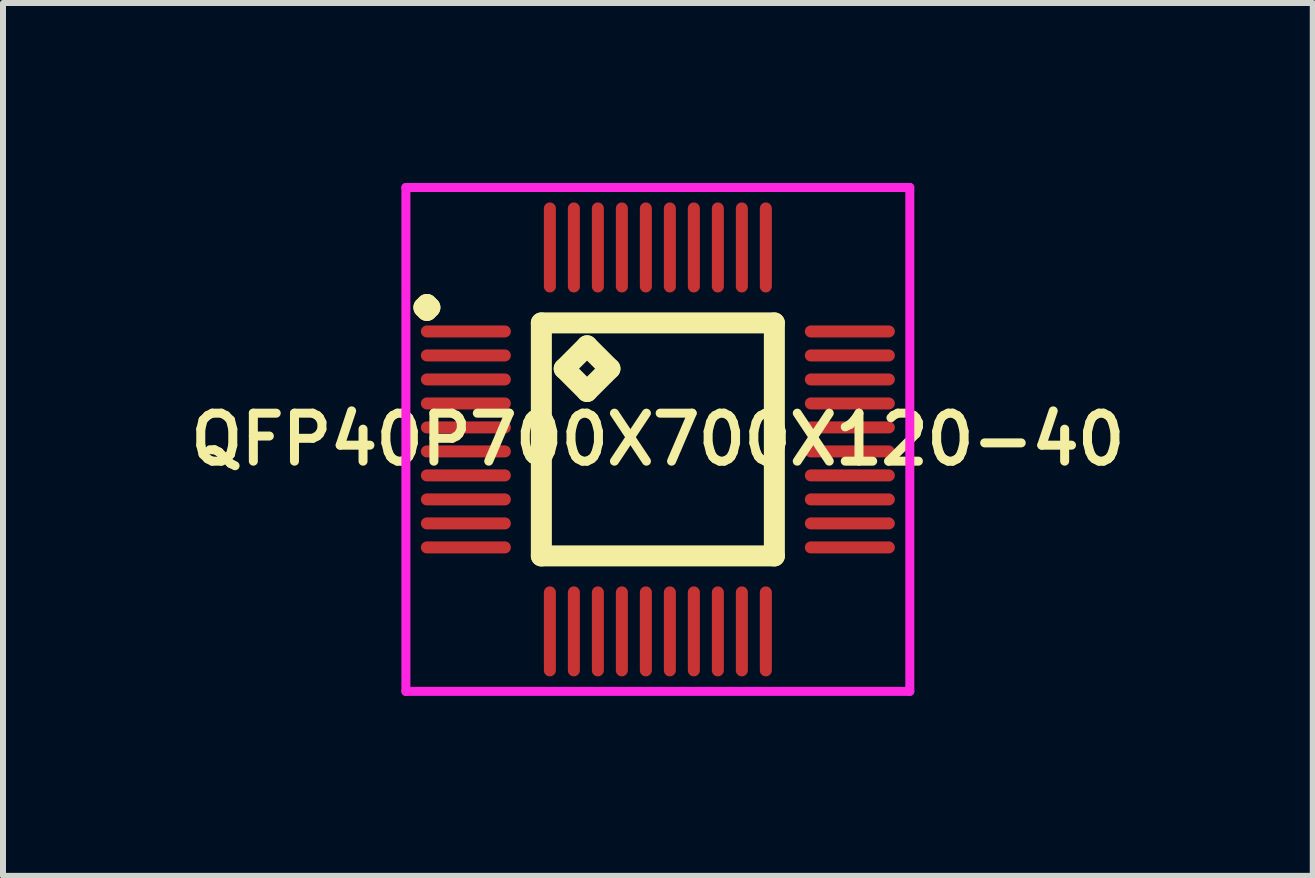
<source format=kicad_pcb>
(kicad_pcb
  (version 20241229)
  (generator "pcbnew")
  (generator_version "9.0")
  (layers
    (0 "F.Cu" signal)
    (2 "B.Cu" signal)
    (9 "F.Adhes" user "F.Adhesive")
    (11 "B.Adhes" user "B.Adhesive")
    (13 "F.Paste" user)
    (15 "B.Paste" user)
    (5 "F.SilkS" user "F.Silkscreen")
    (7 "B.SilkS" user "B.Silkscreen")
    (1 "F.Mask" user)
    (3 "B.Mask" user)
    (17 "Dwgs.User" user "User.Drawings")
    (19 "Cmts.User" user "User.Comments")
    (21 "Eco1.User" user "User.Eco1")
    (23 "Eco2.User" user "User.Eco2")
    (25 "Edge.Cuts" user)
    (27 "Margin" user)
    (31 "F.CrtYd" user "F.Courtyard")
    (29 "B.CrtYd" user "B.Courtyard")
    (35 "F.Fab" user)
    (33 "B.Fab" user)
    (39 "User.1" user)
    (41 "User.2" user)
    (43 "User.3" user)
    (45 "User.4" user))
  (footprint "QFP40P700X700X120-40"
    (layer "F.Cu")
    (at 7.916 4.275)
    (property "Reference" "QFP40P700X700X120-40" (at 0 0 0) (layer "F.SilkS") (effects (font (size 0.8 0.8) (thickness 0.15))))
    (attr smd)
    (fp_line (start -3.9 -2.2) (end -3.85 -2.25) (stroke (width 0.35) (type solid)) (layer "F.SilkS"))
    (fp_line (start -3.85 -2.25) (end -3.8 -2.2) (stroke (width 0.35) (type solid)) (layer "F.SilkS"))
    (fp_line (start -3.85 -2.15) (end -3.9 -2.2) (stroke (width 0.35) (type solid)) (layer "F.SilkS"))
    (fp_line (start -3.8 -2.2) (end -3.85 -2.15) (stroke (width 0.35) (type solid)) (layer "F.SilkS"))
    (fp_line (start -1.942 -1.942) (end -1.942 1.942) (stroke (width 0.35) (type solid)) (layer "F.SilkS"))
    (fp_line (start -1.942 1.942) (end 1.942 1.942) (stroke (width 0.35) (type solid)) (layer "F.SilkS"))
    (fp_line (start -1.561 -1.18) (end -1.18 -1.561) (stroke (width 0.35) (type solid)) (layer "F.SilkS"))
    (fp_line (start -1.18 -1.561) (end -0.799 -1.18) (stroke (width 0.35) (type solid)) (layer "F.SilkS"))
    (fp_line (start -1.18 -0.799) (end -1.561 -1.18) (stroke (width 0.35) (type solid)) (layer "F.SilkS"))
    (fp_line (start -0.799 -1.18) (end -1.18 -0.799) (stroke (width 0.35) (type solid)) (layer "F.SilkS"))
    (fp_line (start 1.942 -1.942) (end -1.942 -1.942) (stroke (width 0.35) (type solid)) (layer "F.SilkS"))
    (fp_line (start 1.942 1.942) (end 1.942 -1.942) (stroke (width 0.35) (type solid)) (layer "F.SilkS"))
    (fp_line (start -4.2 -4.2) (end 4.2 -4.2) (stroke (width 0.15) (type solid)) (layer "F.CrtYd"))
    (fp_line (start -4.2 4.2) (end -4.2 -4.2) (stroke (width 0.15) (type solid)) (layer "F.CrtYd"))
    (fp_line (start 4.2 -4.2) (end 4.2 4.2) (stroke (width 0.15) (type solid)) (layer "F.CrtYd"))
    (fp_line (start 4.2 4.2) (end -4.2 4.2) (stroke (width 0.15) (type solid)) (layer "F.CrtYd"))
    (pad "1" smd oval (at -3.2 -1.8) (size 1.5 0.2) (layers "F.Cu" "F.Mask" "F.Paste"))
    (pad "2" smd oval (at -3.2 -1.4) (size 1.5 0.2) (layers "F.Cu" "F.Mask" "F.Paste"))
    (pad "3" smd oval (at -3.2 -1) (size 1.5 0.2) (layers "F.Cu" "F.Mask" "F.Paste"))
    (pad "4" smd oval (at -3.2 -0.6) (size 1.5 0.2) (layers "F.Cu" "F.Mask" "F.Paste"))
    (pad "5" smd oval (at -3.2 -0.2) (size 1.5 0.2) (layers "F.Cu" "F.Mask" "F.Paste"))
    (pad "6" smd oval (at -3.2 0.2) (size 1.5 0.2) (layers "F.Cu" "F.Mask" "F.Paste"))
    (pad "7" smd oval (at -3.2 0.6) (size 1.5 0.2) (layers "F.Cu" "F.Mask" "F.Paste"))
    (pad "8" smd oval (at -3.2 1) (size 1.5 0.2) (layers "F.Cu" "F.Mask" "F.Paste"))
    (pad "9" smd oval (at -3.2 1.4) (size 1.5 0.2) (layers "F.Cu" "F.Mask" "F.Paste"))
    (pad "10" smd oval (at -3.2 1.8) (size 1.5 0.2) (layers "F.Cu" "F.Mask" "F.Paste"))
    (pad "11" smd oval (at -1.8 3.2) (size 0.2 1.5) (layers "F.Cu" "F.Mask" "F.Paste"))
    (pad "12" smd oval (at -1.4 3.2) (size 0.2 1.5) (layers "F.Cu" "F.Mask" "F.Paste"))
    (pad "13" smd oval (at -1 3.2) (size 0.2 1.5) (layers "F.Cu" "F.Mask" "F.Paste"))
    (pad "14" smd oval (at -0.6 3.2) (size 0.2 1.5) (layers "F.Cu" "F.Mask" "F.Paste"))
    (pad "15" smd oval (at -0.2 3.2) (size 0.2 1.5) (layers "F.Cu" "F.Mask" "F.Paste"))
    (pad "16" smd oval (at 0.2 3.2) (size 0.2 1.5) (layers "F.Cu" "F.Mask" "F.Paste"))
    (pad "17" smd oval (at 0.6 3.2) (size 0.2 1.5) (layers "F.Cu" "F.Mask" "F.Paste"))
    (pad "18" smd oval (at 1 3.2) (size 0.2 1.5) (layers "F.Cu" "F.Mask" "F.Paste"))
    (pad "19" smd oval (at 1.4 3.2) (size 0.2 1.5) (layers "F.Cu" "F.Mask" "F.Paste"))
    (pad "20" smd oval (at 1.8 3.2) (size 0.2 1.5) (layers "F.Cu" "F.Mask" "F.Paste"))
    (pad "21" smd oval (at 3.2 1.8) (size 1.5 0.2) (layers "F.Cu" "F.Mask" "F.Paste"))
    (pad "22" smd oval (at 3.2 1.4) (size 1.5 0.2) (layers "F.Cu" "F.Mask" "F.Paste"))
    (pad "23" smd oval (at 3.2 1) (size 1.5 0.2) (layers "F.Cu" "F.Mask" "F.Paste"))
    (pad "24" smd oval (at 3.2 0.6) (size 1.5 0.2) (layers "F.Cu" "F.Mask" "F.Paste"))
    (pad "25" smd oval (at 3.2 0.2) (size 1.5 0.2) (layers "F.Cu" "F.Mask" "F.Paste"))
    (pad "26" smd oval (at 3.2 -0.2) (size 1.5 0.2) (layers "F.Cu" "F.Mask" "F.Paste"))
    (pad "27" smd oval (at 3.2 -0.6) (size 1.5 0.2) (layers "F.Cu" "F.Mask" "F.Paste"))
    (pad "28" smd oval (at 3.2 -1) (size 1.5 0.2) (layers "F.Cu" "F.Mask" "F.Paste"))
    (pad "29" smd oval (at 3.2 -1.4) (size 1.5 0.2) (layers "F.Cu" "F.Mask" "F.Paste"))
    (pad "30" smd oval (at 3.2 -1.8) (size 1.5 0.2) (layers "F.Cu" "F.Mask" "F.Paste"))
    (pad "31" smd oval (at 1.8 -3.2) (size 0.2 1.5) (layers "F.Cu" "F.Mask" "F.Paste"))
    (pad "32" smd oval (at 1.4 -3.2) (size 0.2 1.5) (layers "F.Cu" "F.Mask" "F.Paste"))
    (pad "33" smd oval (at 1 -3.2) (size 0.2 1.5) (layers "F.Cu" "F.Mask" "F.Paste"))
    (pad "34" smd oval (at 0.6 -3.2) (size 0.2 1.5) (layers "F.Cu" "F.Mask" "F.Paste"))
    (pad "35" smd oval (at 0.2 -3.2) (size 0.2 1.5) (layers "F.Cu" "F.Mask" "F.Paste"))
    (pad "36" smd oval (at -0.2 -3.2) (size 0.2 1.5) (layers "F.Cu" "F.Mask" "F.Paste"))
    (pad "37" smd oval (at -0.6 -3.2) (size 0.2 1.5) (layers "F.Cu" "F.Mask" "F.Paste"))
    (pad "38" smd oval (at -1 -3.2) (size 0.2 1.5) (layers "F.Cu" "F.Mask" "F.Paste"))
    (pad "39" smd oval (at -1.4 -3.2) (size 0.2 1.5) (layers "F.Cu" "F.Mask" "F.Paste"))
    (pad "40" smd oval (at -1.8 -3.2) (size 0.2 1.5) (layers "F.Cu" "F.Mask" "F.Paste")))
  (gr_rect
    (start -3 -3)
    (end 18.833 11.55)
    (stroke (width 0.1) (type default))
    (fill no)
    (layer "Edge.Cuts")))
</source>
